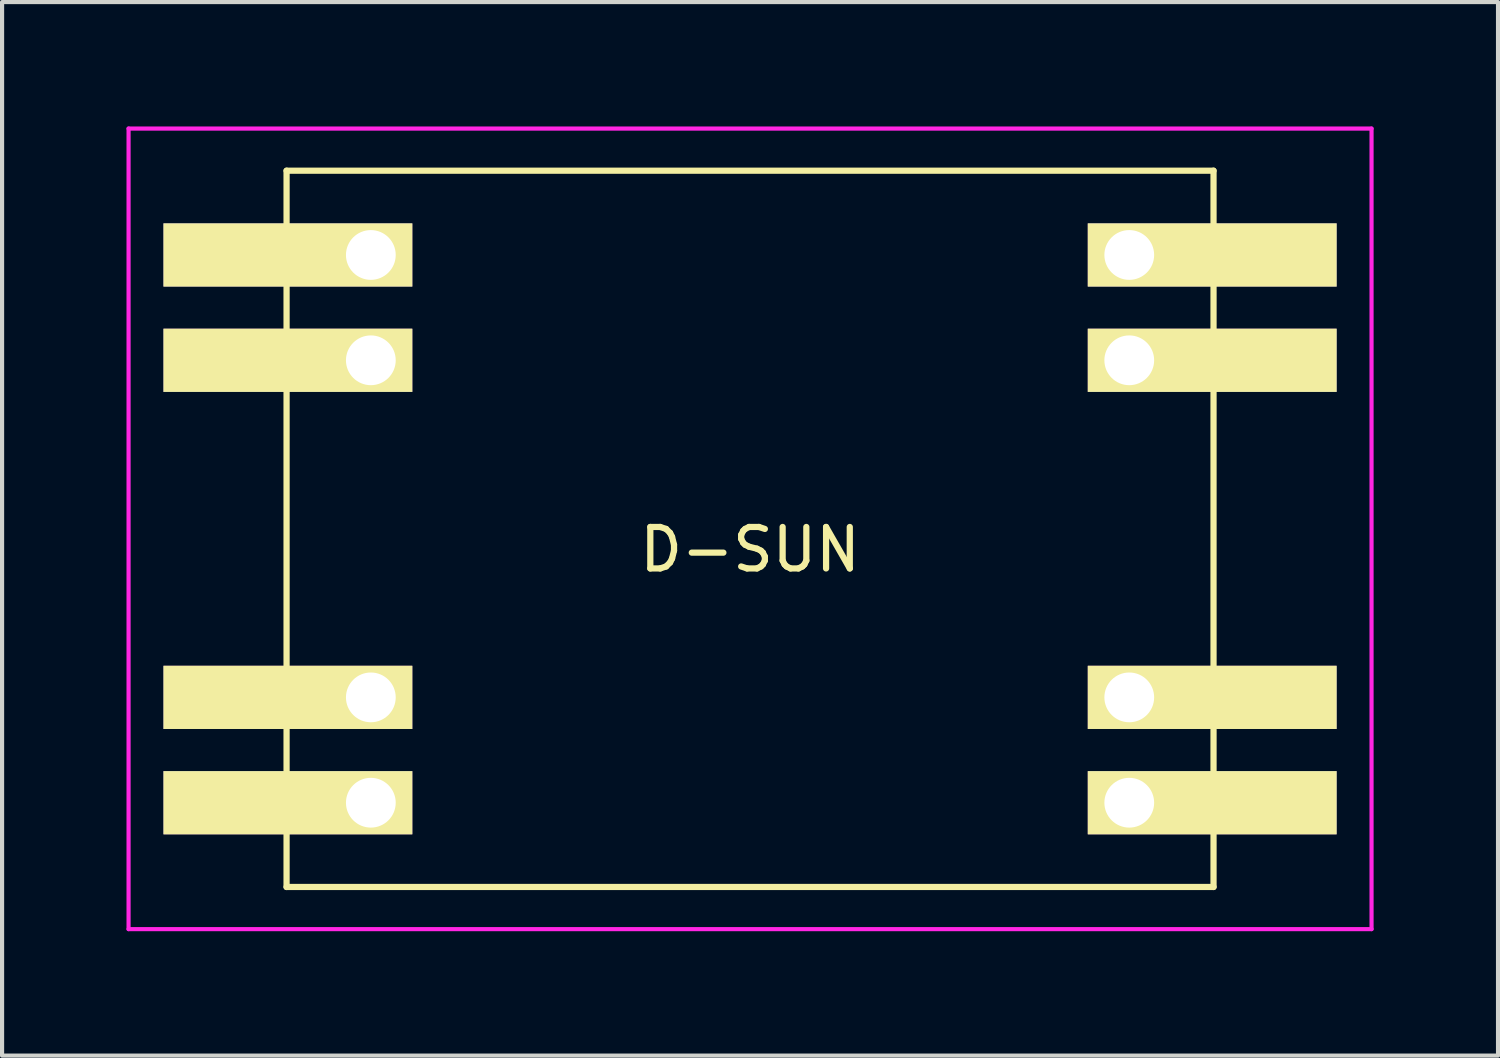
<source format=kicad_pcb>
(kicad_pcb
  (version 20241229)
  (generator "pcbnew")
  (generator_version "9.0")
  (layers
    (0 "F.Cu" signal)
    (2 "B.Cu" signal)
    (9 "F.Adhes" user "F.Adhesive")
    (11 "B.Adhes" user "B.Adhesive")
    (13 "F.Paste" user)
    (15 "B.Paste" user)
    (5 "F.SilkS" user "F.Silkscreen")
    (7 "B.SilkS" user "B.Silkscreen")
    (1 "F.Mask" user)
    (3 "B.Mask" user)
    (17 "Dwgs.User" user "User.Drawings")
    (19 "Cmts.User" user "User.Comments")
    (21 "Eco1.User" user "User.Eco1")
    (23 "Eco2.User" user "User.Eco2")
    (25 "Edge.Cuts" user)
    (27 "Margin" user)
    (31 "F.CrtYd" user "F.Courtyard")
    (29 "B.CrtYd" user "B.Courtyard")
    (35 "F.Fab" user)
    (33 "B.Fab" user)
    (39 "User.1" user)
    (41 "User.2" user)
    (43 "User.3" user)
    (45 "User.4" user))
  (footprint "D-SUN"
    (layer "F.Cu")
    (at 15.036 9.702)
    (property "Reference" "D-SUN" (at 0 0.5 0) (layer "F.SilkS") (effects (font (size 1 1) (thickness 0.15))))
    (attr through_hole)
    (fp_line (start -11.176 -8.636) (end 11.176 -8.636) (stroke (width 0.15) (type solid)) (layer "F.SilkS"))
    (fp_line (start -11.176 8.636) (end -11.176 -8.636) (stroke (width 0.15) (type solid)) (layer "F.SilkS"))
    (fp_line (start 11.176 -8.636) (end 11.176 8.636) (stroke (width 0.15) (type solid)) (layer "F.SilkS"))
    (fp_line (start 11.176 8.636) (end -11.176 8.636) (stroke (width 0.15) (type solid)) (layer "F.SilkS"))
    (fp_line (start -14.986 -9.652) (end -14.986 9.652) (stroke (width 0.1) (type solid)) (layer "F.CrtYd"))
    (fp_line (start -14.986 9.652) (end 14.986 9.652) (stroke (width 0.1) (type solid)) (layer "F.CrtYd"))
    (fp_line (start 14.986 -9.652) (end -14.986 -9.652) (stroke (width 0.1) (type solid)) (layer "F.CrtYd"))
    (fp_line (start 14.986 9.652) (end 14.986 -9.652) (stroke (width 0.1) (type solid)) (layer "F.CrtYd"))
    (pad "1" thru_hole rect (at -9.144 -6.604) (size 6 1.524) (drill 1.2 (offset -2 0)) (layers "F.Cu" "F.Mask" "F.SilkS"))
    (pad "2" thru_hole rect (at -9.144 6.604 180) (size 6 1.524) (drill 1.2 (offset 2 0)) (layers "F.Cu" "F.Mask" "F.SilkS"))
    (pad "3" thru_hole rect (at 9.144 6.604) (size 6 1.524) (drill 1.2 (offset 2 0)) (layers "F.Cu" "F.Mask" "F.SilkS"))
    (pad "4" thru_hole rect (at 9.144 -6.604) (size 6 1.524) (drill 1.2 (offset 2 0)) (layers "F.Cu" "F.Mask" "F.SilkS"))
    (pad "5" thru_hole rect (at -9.144 -4.064 180) (size 6 1.524) (drill 1.2 (offset 2 0)) (layers "F.Cu" "F.Mask" "F.SilkS"))
    (pad "6" thru_hole rect (at -9.144 4.064 180) (size 6 1.524) (drill 1.2 (offset 2 0)) (layers "F.Cu" "F.Mask" "F.SilkS"))
    (pad "7" thru_hole rect (at 9.144 4.064) (size 6 1.524) (drill 1.2 (offset 2 0)) (layers "F.Cu" "F.Mask" "F.SilkS"))
    (pad "8" thru_hole rect (at 9.144 -4.064) (size 6 1.524) (drill 1.2 (offset 2 0)) (layers "F.Cu" "F.Mask" "F.SilkS")))
  (gr_rect
    (start -3 -3)
    (end 33.072 22.404)
    (stroke (width 0.1) (type default))
    (fill no)
    (layer "Edge.Cuts")))
</source>
